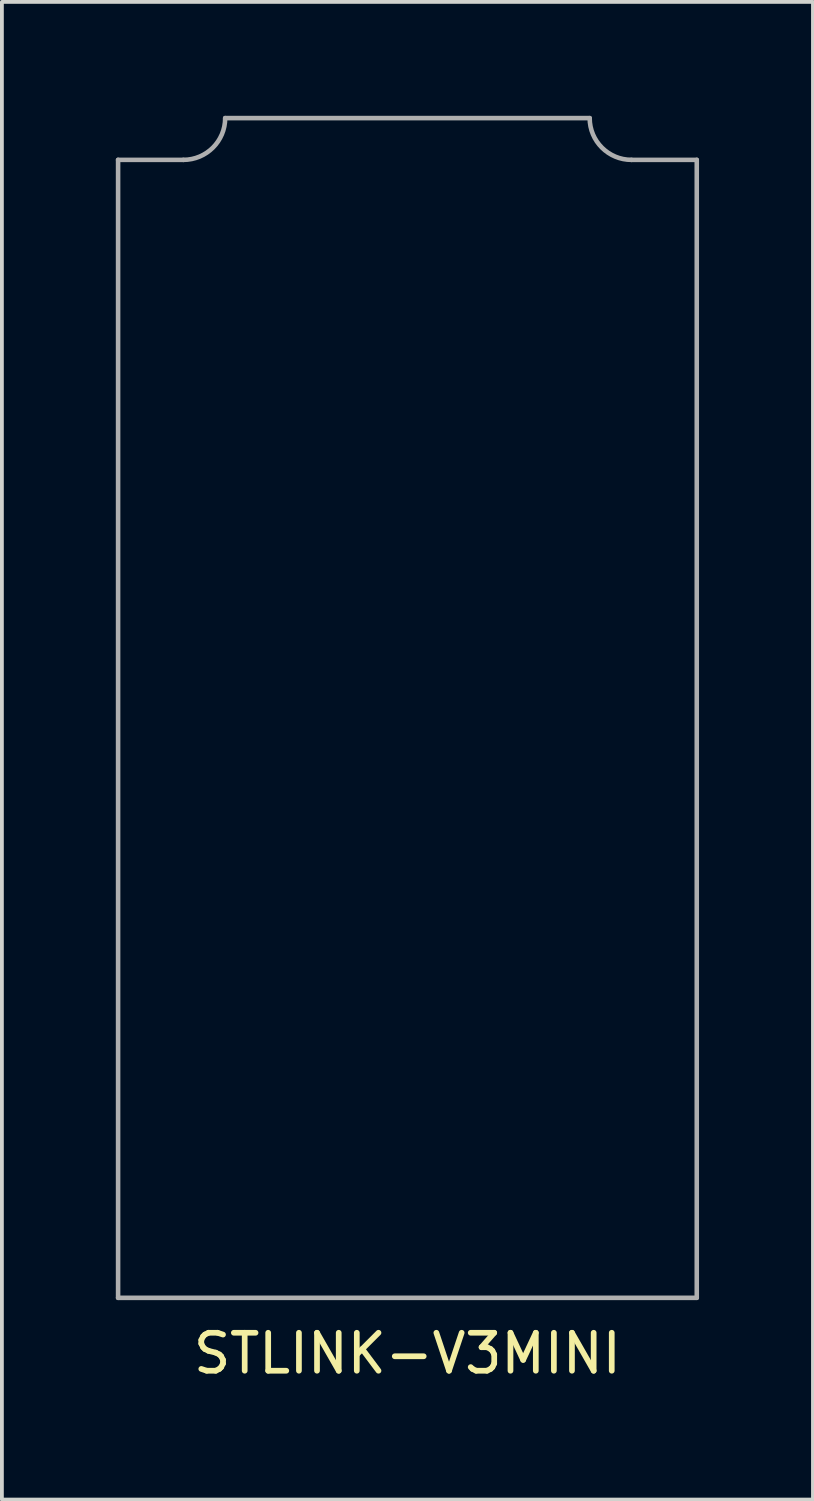
<source format=kicad_pcb>
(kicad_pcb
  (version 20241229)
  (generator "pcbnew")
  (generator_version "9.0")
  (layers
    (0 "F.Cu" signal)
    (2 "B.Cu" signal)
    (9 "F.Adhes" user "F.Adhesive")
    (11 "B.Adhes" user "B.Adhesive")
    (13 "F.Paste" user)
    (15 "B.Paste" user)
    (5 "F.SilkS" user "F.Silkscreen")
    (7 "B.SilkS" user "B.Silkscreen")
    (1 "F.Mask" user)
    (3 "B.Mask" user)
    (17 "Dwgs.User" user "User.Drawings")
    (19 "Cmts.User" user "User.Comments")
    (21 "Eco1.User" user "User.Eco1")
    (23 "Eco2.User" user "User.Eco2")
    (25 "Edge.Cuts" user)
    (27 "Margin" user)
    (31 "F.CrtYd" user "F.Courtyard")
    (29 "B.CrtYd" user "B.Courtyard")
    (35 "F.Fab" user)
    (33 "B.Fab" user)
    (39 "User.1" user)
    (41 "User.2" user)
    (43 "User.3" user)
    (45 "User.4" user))
  (footprint "STLINK-V3MINI"
    (layer "F.Cu")
    (at 7.68 15.595)
    (property "Reference" "STLINK-V3MINI" (at 0 17 0) (layer "F.SilkS") (effects (font (size 1 1) (thickness 0.15))))
    (attr through_hole)
    (fp_line (start -7.62 -14.435) (end -7.62 15.535) (stroke (width 0.12) (type solid)) (layer "F.Fab"))
    (fp_line (start -7.62 -14.435) (end -5.9 -14.435) (stroke (width 0.12) (type solid)) (layer "F.Fab"))
    (fp_line (start -7.62 15.535) (end 7.62 15.535) (stroke (width 0.12) (type solid)) (layer "F.Fab"))
    (fp_line (start -4.8 -15.535) (end 4.8 -15.535) (stroke (width 0.12) (type solid)) (layer "F.Fab"))
    (fp_line (start 5.9 -14.435) (end 7.62 -14.435) (stroke (width 0.12) (type solid)) (layer "F.Fab"))
    (fp_line (start 7.62 -14.435) (end 7.62 15.535) (stroke (width 0.12) (type solid)) (layer "F.Fab"))
    (fp_arc (start -4.8 -15.535) (mid -5.122183 -14.757183) (end -5.9 -14.435) (stroke (width 0.12) (type solid)) (layer "F.Fab"))
    (fp_arc (start 5.9 -14.435) (mid 5.122183 -14.757183) (end 4.8 -15.535) (stroke (width 0.12) (type solid)) (layer "F.Fab")))
  (gr_rect
    (start -3 -3)
    (end 18.36 36.443)
    (stroke (width 0.1) (type default))
    (fill no)
    (layer "Edge.Cuts")))
</source>
